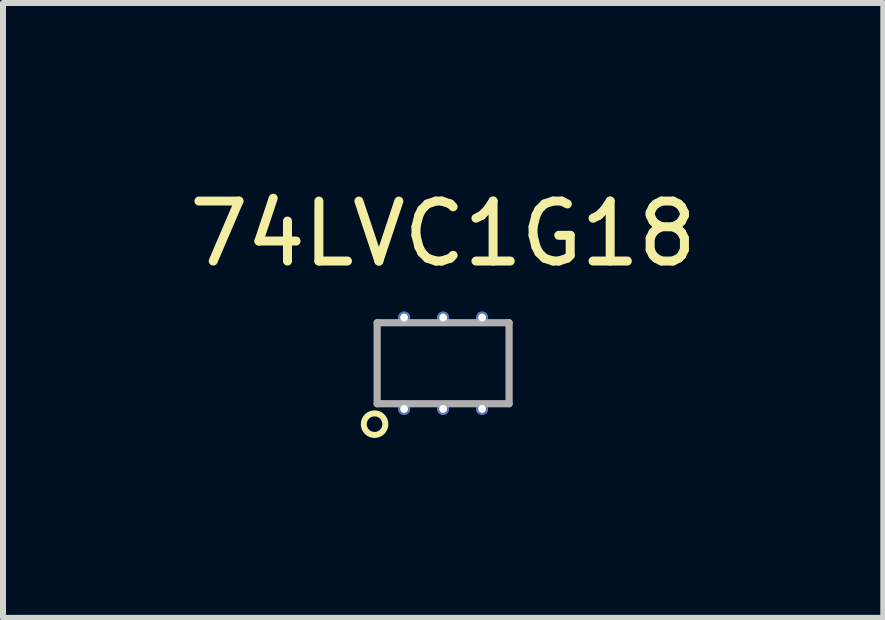
<source format=kicad_pcb>
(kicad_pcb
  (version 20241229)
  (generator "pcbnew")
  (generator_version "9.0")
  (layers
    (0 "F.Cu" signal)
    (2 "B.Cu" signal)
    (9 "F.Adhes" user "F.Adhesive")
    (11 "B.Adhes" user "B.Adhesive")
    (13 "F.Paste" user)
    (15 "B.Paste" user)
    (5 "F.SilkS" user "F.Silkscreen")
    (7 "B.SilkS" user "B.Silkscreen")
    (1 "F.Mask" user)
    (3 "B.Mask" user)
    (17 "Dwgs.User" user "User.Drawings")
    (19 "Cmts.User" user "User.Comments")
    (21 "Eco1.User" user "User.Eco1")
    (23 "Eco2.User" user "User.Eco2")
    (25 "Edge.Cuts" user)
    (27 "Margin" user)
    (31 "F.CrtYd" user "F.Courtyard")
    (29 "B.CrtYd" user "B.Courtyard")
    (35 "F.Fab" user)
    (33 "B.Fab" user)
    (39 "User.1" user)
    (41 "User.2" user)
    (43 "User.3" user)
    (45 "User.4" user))
  (footprint "74LVC1G18"
    (layer "F.Cu")
    (at 4.339 3.007)
    (property "Reference" "74LVC1G18" (at 0 -2.159 0) (layer "F.SilkS") (effects (font (size 1 1) (thickness 0.15))))
    (attr through_hole)
    (fp_circle (center -1.143 1.016) (end -0.963 1.016) (stroke (width 0.1) (type solid)) (fill no) (layer "F.SilkS"))
    (fp_line (start -1.1 -0.675) (end -1.1 0.675) (stroke (width 0.12) (type solid)) (layer "F.Fab"))
    (fp_line (start -1.1 0.675) (end 1.1 0.675) (stroke (width 0.12) (type solid)) (layer "F.Fab"))
    (fp_line (start 1.1 -0.675) (end -1.1 -0.675) (stroke (width 0.12) (type solid)) (layer "F.Fab"))
    (fp_line (start 1.1 0.675) (end 1.1 -0.675) (stroke (width 0.12) (type solid)) (layer "F.Fab"))
    (pad "1" thru_hole circle (at -0.65 0.762) (size 0.2 0.2) (drill 0.13) (layers "*.Cu" "*.Mask"))
    (pad "2" thru_hole circle (at 0 0.762) (size 0.2 0.2) (drill 0.13) (layers "*.Cu" "*.Mask"))
    (pad "3" thru_hole circle (at 0.65 0.762) (size 0.2 0.2) (drill 0.13) (layers "*.Cu" "*.Mask"))
    (pad "4" thru_hole circle (at 0.65 -0.762) (size 0.2 0.2) (drill 0.13) (layers "*.Cu" "*.Mask"))
    (pad "5" thru_hole circle (at 0 -0.762) (size 0.2 0.2) (drill 0.13) (layers "*.Cu" "*.Mask"))
    (pad "6" thru_hole circle (at -0.65 -0.762) (size 0.2 0.2) (drill 0.13) (layers "*.Cu" "*.Mask")))
  (gr_rect
    (start -3 -3)
    (end 11.679 7.253)
    (stroke (width 0.1) (type default))
    (fill no)
    (layer "Edge.Cuts")))
</source>
